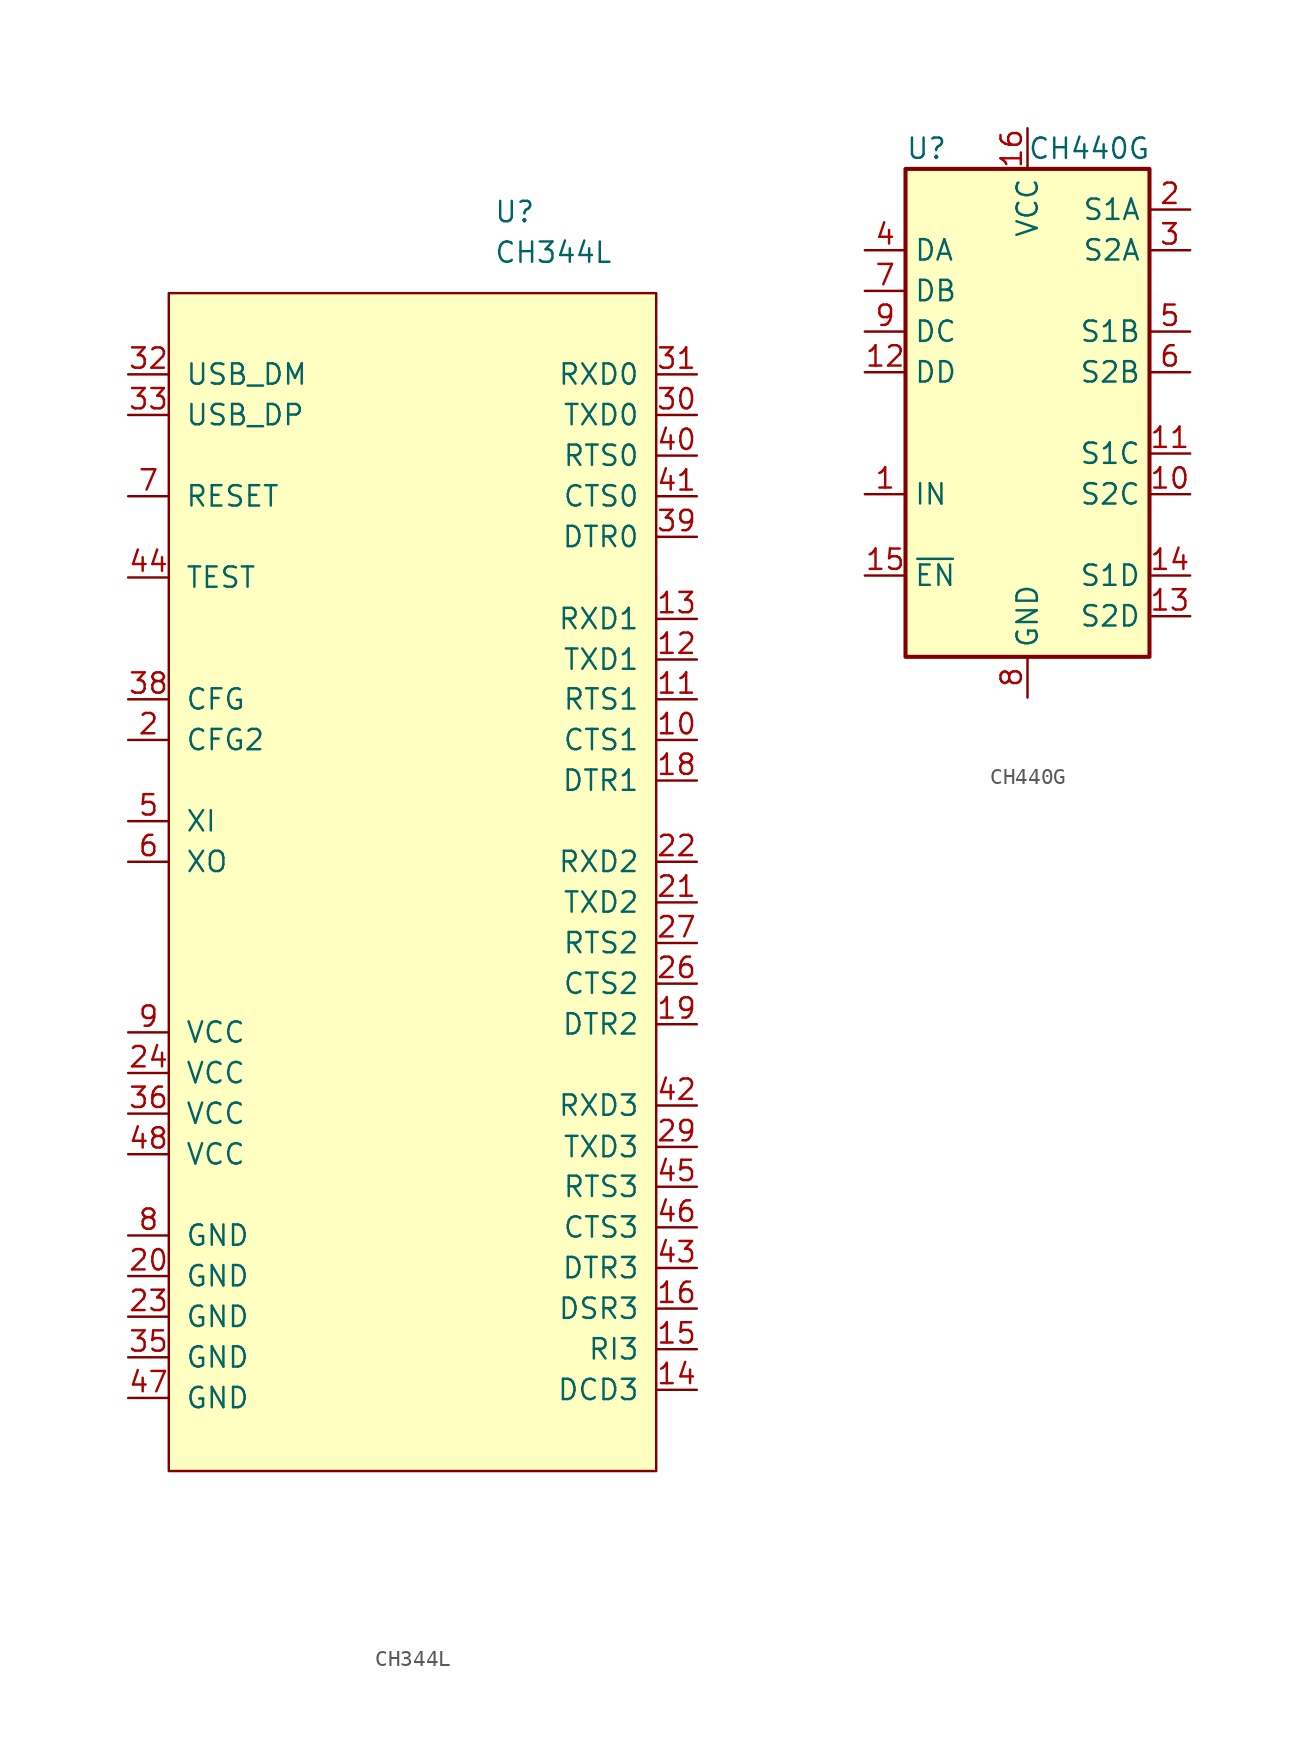
<source format=kicad_sym>
(kicad_symbol_lib
  (version 20241209)
  (generator "kicad_symbol_editor")
  (generator_version "9.0")
  (symbol "CH344L"
    (pin_names
      (offset 1.016))
    (property "Reference" "U"
      (at 5.08 38.1 0)
      (effects (font (size 1.27 1.27)) (justify left)))
    (property "Value" "CH344L"
      (at 5.08 35.56 0)
      (effects (font (size 1.27 1.27)) (justify left)))
    (symbol "CH344L_0_1"
      (rectangle (start -15.24 33.02) (end 15.24 -40.64) (stroke (width 0) (type default)) (fill (type background))))
    (symbol "CH344L_1_1"
      (pin input line (at -17.78 27.94 0) (length 2.54) (name "USB_DM" (effects (font (size 1.27 1.27)))) (number "32" (effects (font (size 1.27 1.27)))))
      (pin output line (at -17.78 25.4 0) (length 2.54) (name "USB_DP" (effects (font (size 1.27 1.27)))) (number "33" (effects (font (size 1.27 1.27)))))
      (pin input line (at -17.78 20.32 0) (length 2.54) (name "RESET" (effects (font (size 1.27 1.27)))) (number "7" (effects (font (size 1.27 1.27)))))
      (pin input line (at -17.78 15.24 0) (length 2.54) (name "TEST" (effects (font (size 1.27 1.27)))) (number "44" (effects (font (size 1.27 1.27)))))
      (pin input line (at -17.78 7.62 0) (length 2.54) (name "CFG" (effects (font (size 1.27 1.27)))) (number "38" (effects (font (size 1.27 1.27)))))
      (pin input line (at -17.78 5.08 0) (length 2.54) (name "CFG2" (effects (font (size 1.27 1.27)))) (number "2" (effects (font (size 1.27 1.27)))))
      (pin input line (at -17.78 0 0) (length 2.54) (name "XI" (effects (font (size 1.27 1.27)))) (number "5" (effects (font (size 1.27 1.27)))))
      (pin output line (at -17.78 -2.54 0) (length 2.54) (name "XO" (effects (font (size 1.27 1.27)))) (number "6" (effects (font (size 1.27 1.27)))))
      (pin power_in line (at -17.78 -13.208 0) (length 2.54) (name "VCC" (effects (font (size 1.27 1.27)))) (number "9" (effects (font (size 1.27 1.27)))))
      (pin power_in line (at -17.78 -15.748 0) (length 2.54) (name "VCC" (effects (font (size 1.27 1.27)))) (number "24" (effects (font (size 1.27 1.27)))))
      (pin power_in line (at -17.78 -18.288 0) (length 2.54) (name "VCC" (effects (font (size 1.27 1.27)))) (number "36" (effects (font (size 1.27 1.27)))))
      (pin power_in line (at -17.78 -20.828 0) (length 2.54) (name "VCC" (effects (font (size 1.27 1.27)))) (number "48" (effects (font (size 1.27 1.27)))))
      (pin power_in line (at -17.78 -25.908 0) (length 2.54) (name "GND" (effects (font (size 1.27 1.27)))) (number "8" (effects (font (size 1.27 1.27)))))
      (pin power_in line (at -17.78 -28.448 0) (length 2.54) (name "GND" (effects (font (size 1.27 1.27)))) (number "20" (effects (font (size 1.27 1.27)))))
      (pin power_in line (at -17.78 -30.988 0) (length 2.54) (name "GND" (effects (font (size 1.27 1.27)))) (number "23" (effects (font (size 1.27 1.27)))))
      (pin power_in line (at -17.78 -33.528 0) (length 2.54) (name "GND" (effects (font (size 1.27 1.27)))) (number "35" (effects (font (size 1.27 1.27)))))
      (pin power_in line (at -17.78 -36.068 0) (length 2.54) (name "GND" (effects (font (size 1.27 1.27)))) (number "47" (effects (font (size 1.27 1.27)))))
      (pin no_connect line (at -10.16 -43.18 90) (length 2.54) (hide yes) (name "NC" (effects (font (size 1.27 1.27)))) (number "1" (effects (font (size 1.27 1.27)))))
      (pin no_connect line (at -7.62 -43.18 90) (length 2.54) (hide yes) (name "NC" (effects (font (size 1.27 1.27)))) (number "3" (effects (font (size 1.27 1.27)))))
      (pin no_connect line (at -5.08 -43.18 90) (length 2.54) (hide yes) (name "NC" (effects (font (size 1.27 1.27)))) (number "4" (effects (font (size 1.27 1.27)))))
      (pin no_connect line (at -2.54 -43.18 90) (length 2.54) (hide yes) (name "NC" (effects (font (size 1.27 1.27)))) (number "17" (effects (font (size 1.27 1.27)))))
      (pin no_connect line (at 0 -43.18 90) (length 2.54) (hide yes) (name "NC" (effects (font (size 1.27 1.27)))) (number "25" (effects (font (size 1.27 1.27)))))
      (pin no_connect line (at 2.54 -43.18 90) (length 2.54) (hide yes) (name "NC" (effects (font (size 1.27 1.27)))) (number "28" (effects (font (size 1.27 1.27)))))
      (pin no_connect line (at 5.08 -43.18 90) (length 2.54) (hide yes) (name "NC" (effects (font (size 1.27 1.27)))) (number "34" (effects (font (size 1.27 1.27)))))
      (pin no_connect line (at 7.62 -43.18 90) (length 2.54) (hide yes) (name "NC" (effects (font (size 1.27 1.27)))) (number "37" (effects (font (size 1.27 1.27)))))
      (pin input line (at 17.78 27.94 180) (length 2.54) (name "RXD0" (effects (font (size 1.27 1.27)))) (number "31" (effects (font (size 1.27 1.27)))))
      (pin output line (at 17.78 25.4 180) (length 2.54) (name "TXD0" (effects (font (size 1.27 1.27)))) (number "30" (effects (font (size 1.27 1.27)))))
      (pin output line (at 17.78 22.86 180) (length 2.54) (name "RTS0" (effects (font (size 1.27 1.27)))) (number "40" (effects (font (size 1.27 1.27)))))
      (pin input line (at 17.78 20.32 180) (length 2.54) (name "CTS0" (effects (font (size 1.27 1.27)))) (number "41" (effects (font (size 1.27 1.27)))))
      (pin output line (at 17.78 17.78 180) (length 2.54) (name "DTR0" (effects (font (size 1.27 1.27)))) (number "39" (effects (font (size 1.27 1.27)))))
      (pin input line (at 17.78 12.649 180) (length 2.54) (name "RXD1" (effects (font (size 1.27 1.27)))) (number "13" (effects (font (size 1.27 1.27)))))
      (pin output line (at 17.78 10.109 180) (length 2.54) (name "TXD1" (effects (font (size 1.27 1.27)))) (number "12" (effects (font (size 1.27 1.27)))))
      (pin output line (at 17.78 7.62 180) (length 2.54) (name "RTS1" (effects (font (size 1.27 1.27)))) (number "11" (effects (font (size 1.27 1.27)))))
      (pin input line (at 17.78 5.08 180) (length 2.54) (name "CTS1" (effects (font (size 1.27 1.27)))) (number "10" (effects (font (size 1.27 1.27)))))
      (pin output line (at 17.78 2.54 180) (length 2.54) (name "DTR1" (effects (font (size 1.27 1.27)))) (number "18" (effects (font (size 1.27 1.27)))))
      (pin input line (at 17.78 -2.54 180) (length 2.54) (name "RXD2" (effects (font (size 1.27 1.27)))) (number "22" (effects (font (size 1.27 1.27)))))
      (pin output line (at 17.78 -5.08 180) (length 2.54) (name "TXD2" (effects (font (size 1.27 1.27)))) (number "21" (effects (font (size 1.27 1.27)))))
      (pin output line (at 17.78 -7.62 180) (length 2.54) (name "RTS2" (effects (font (size 1.27 1.27)))) (number "27" (effects (font (size 1.27 1.27)))))
      (pin input line (at 17.78 -10.16 180) (length 2.54) (name "CTS2" (effects (font (size 1.27 1.27)))) (number "26" (effects (font (size 1.27 1.27)))))
      (pin output line (at 17.78 -12.7 180) (length 2.54) (name "DTR2" (effects (font (size 1.27 1.27)))) (number "19" (effects (font (size 1.27 1.27)))))
      (pin input line (at 17.78 -17.78 180) (length 2.54) (name "RXD3" (effects (font (size 1.27 1.27)))) (number "42" (effects (font (size 1.27 1.27)))))
      (pin output line (at 17.78 -20.371 180) (length 2.54) (name "TXD3" (effects (font (size 1.27 1.27)))) (number "29" (effects (font (size 1.27 1.27)))))
      (pin output line (at 17.78 -22.86 180) (length 2.54) (name "RTS3" (effects (font (size 1.27 1.27)))) (number "45" (effects (font (size 1.27 1.27)))))
      (pin input line (at 17.78 -25.4 180) (length 2.54) (name "CTS3" (effects (font (size 1.27 1.27)))) (number "46" (effects (font (size 1.27 1.27)))))
      (pin output line (at 17.78 -27.94 180) (length 2.54) (name "DTR3" (effects (font (size 1.27 1.27)))) (number "43" (effects (font (size 1.27 1.27)))))
      (pin input line (at 17.78 -30.48 180) (length 2.54) (name "DSR3" (effects (font (size 1.27 1.27)))) (number "16" (effects (font (size 1.27 1.27)))))
      (pin input line (at 17.78 -33.02 180) (length 2.54) (name "RI3" (effects (font (size 1.27 1.27)))) (number "15" (effects (font (size 1.27 1.27)))))
      (pin input line (at 17.78 -35.56 180) (length 2.54) (name "DCD3" (effects (font (size 1.27 1.27)))) (number "14" (effects (font (size 1.27 1.27)))))))
  (symbol "CH440G"
    (property "Reference" "U"
      (at -7.62 16.51 0)
      (effects (font (size 1.27 1.27)) (justify left)))
    (property "Value" "CH440G"
      (at 0 16.51 0)
      (effects (font (size 1.27 1.27)) (justify left)))
    (symbol "CH440G_0_1"
      (rectangle (start -7.62 15.24) (end 7.62 -15.24) (stroke (width 0.254) (type default)) (fill (type background))))
    (symbol "CH440G_1_1"
      (pin bidirectional line (at -10.16 10.16 0) (length 2.54) (name "DA" (effects (font (size 1.27 1.27)))) (number "4" (effects (font (size 1.27 1.27)))))
      (pin bidirectional line (at -10.16 7.62 0) (length 2.54) (name "DB" (effects (font (size 1.27 1.27)))) (number "7" (effects (font (size 1.27 1.27)))))
      (pin bidirectional line (at -10.16 5.08 0) (length 2.54) (name "DC" (effects (font (size 1.27 1.27)))) (number "9" (effects (font (size 1.27 1.27)))))
      (pin bidirectional line (at -10.16 2.54 0) (length 2.54) (name "DD" (effects (font (size 1.27 1.27)))) (number "12" (effects (font (size 1.27 1.27)))))
      (pin input line (at -10.16 -5.08 0) (length 2.54) (name "IN" (effects (font (size 1.27 1.27)))) (number "1" (effects (font (size 1.27 1.27)))))
      (pin input line (at -10.16 -10.16 0) (length 2.54) (name "~{EN}" (effects (font (size 1.27 1.27)))) (number "15" (effects (font (size 1.27 1.27)))))
      (pin power_in line (at 0 17.78 270) (length 2.54) (name "VCC" (effects (font (size 1.27 1.27)))) (number "16" (effects (font (size 1.27 1.27)))))
      (pin power_in line (at 0 -17.78 90) (length 2.54) (name "GND" (effects (font (size 1.27 1.27)))) (number "8" (effects (font (size 1.27 1.27)))))
      (pin input line (at 10.16 12.7 180) (length 2.54) (name "S1A" (effects (font (size 1.27 1.27)))) (number "2" (effects (font (size 1.27 1.27)))))
      (pin bidirectional line (at 10.16 10.16 180) (length 2.54) (name "S2A" (effects (font (size 1.27 1.27)))) (number "3" (effects (font (size 1.27 1.27)))))
      (pin bidirectional line (at 10.16 5.08 180) (length 2.54) (name "S1B" (effects (font (size 1.27 1.27)))) (number "5" (effects (font (size 1.27 1.27)))))
      (pin bidirectional line (at 10.16 2.54 180) (length 2.54) (name "S2B" (effects (font (size 1.27 1.27)))) (number "6" (effects (font (size 1.27 1.27)))))
      (pin bidirectional line (at 10.16 -2.54 180) (length 2.54) (name "S1C" (effects (font (size 1.27 1.27)))) (number "11" (effects (font (size 1.27 1.27)))))
      (pin bidirectional line (at 10.16 -5.08 180) (length 2.54) (name "S2C" (effects (font (size 1.27 1.27)))) (number "10" (effects (font (size 1.27 1.27)))))
      (pin bidirectional line (at 10.16 -10.16 180) (length 2.54) (name "S1D" (effects (font (size 1.27 1.27)))) (number "14" (effects (font (size 1.27 1.27)))))
      (pin bidirectional line (at 10.16 -12.7 180) (length 2.54) (name "S2D" (effects (font (size 1.27 1.27)))) (number "13" (effects (font (size 1.27 1.27))))))))
</source>
